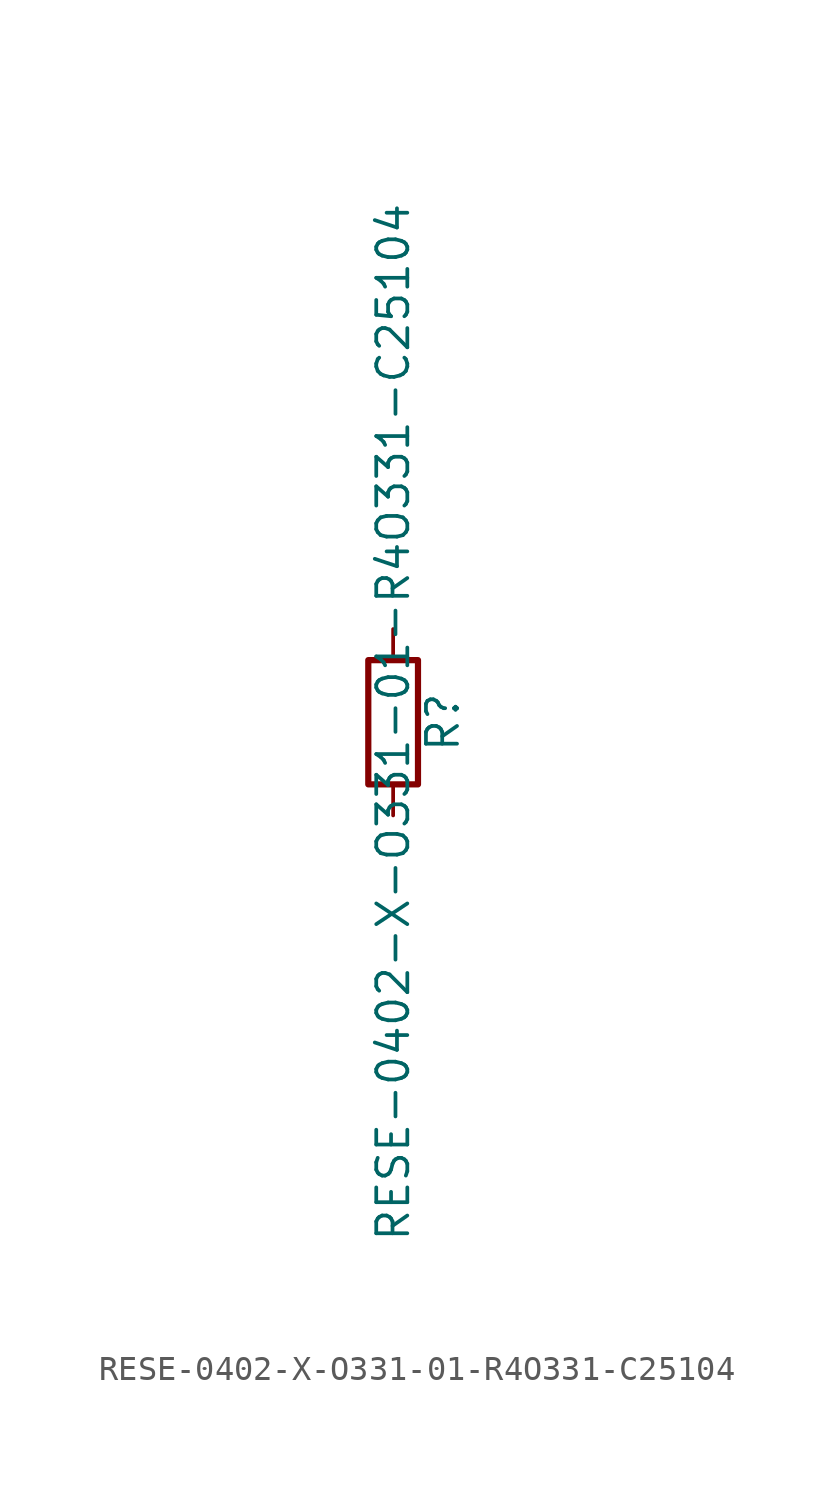
<source format=kicad_sym>
(kicad_symbol_lib
  (version 20211014)
  (generator kicad_symbol_editor)
  (symbol "RESE-0402-X-O331-01-R4O331-C25104"
    (pin_numbers hide)
    (pin_names
      (offset 0))
    (property "Reference" "R"
      (at 2.032 0 90)
      (effects (font (size 1.27 1.27))))
    (property "Value" "RESE-0402-X-O331-01-R4O331-C25104"
      (at 0 0 90)
      (effects (font (size 1.27 1.27))))
    (symbol "RESE-0402-X-O331-01-R4O331-C25104_0_1"
      (rectangle (start -1.016 -2.54) (end 1.016 2.54) (stroke (width 0.254) (type default) (color 0 0 0 0)) (fill (type none))))
    (symbol "RESE-0402-X-O331-01-R4O331-C25104_1_1"
      (pin passive line (at 0 3.81 270) (length 1.27) (name "~" (effects (font (size 1.27 1.27)))) (number "1" (effects (font (size 1.27 1.27)))))
      (pin passive line (at 0 -3.81 90) (length 1.27) (name "~" (effects (font (size 1.27 1.27)))) (number "2" (effects (font (size 1.27 1.27))))))))
</source>
